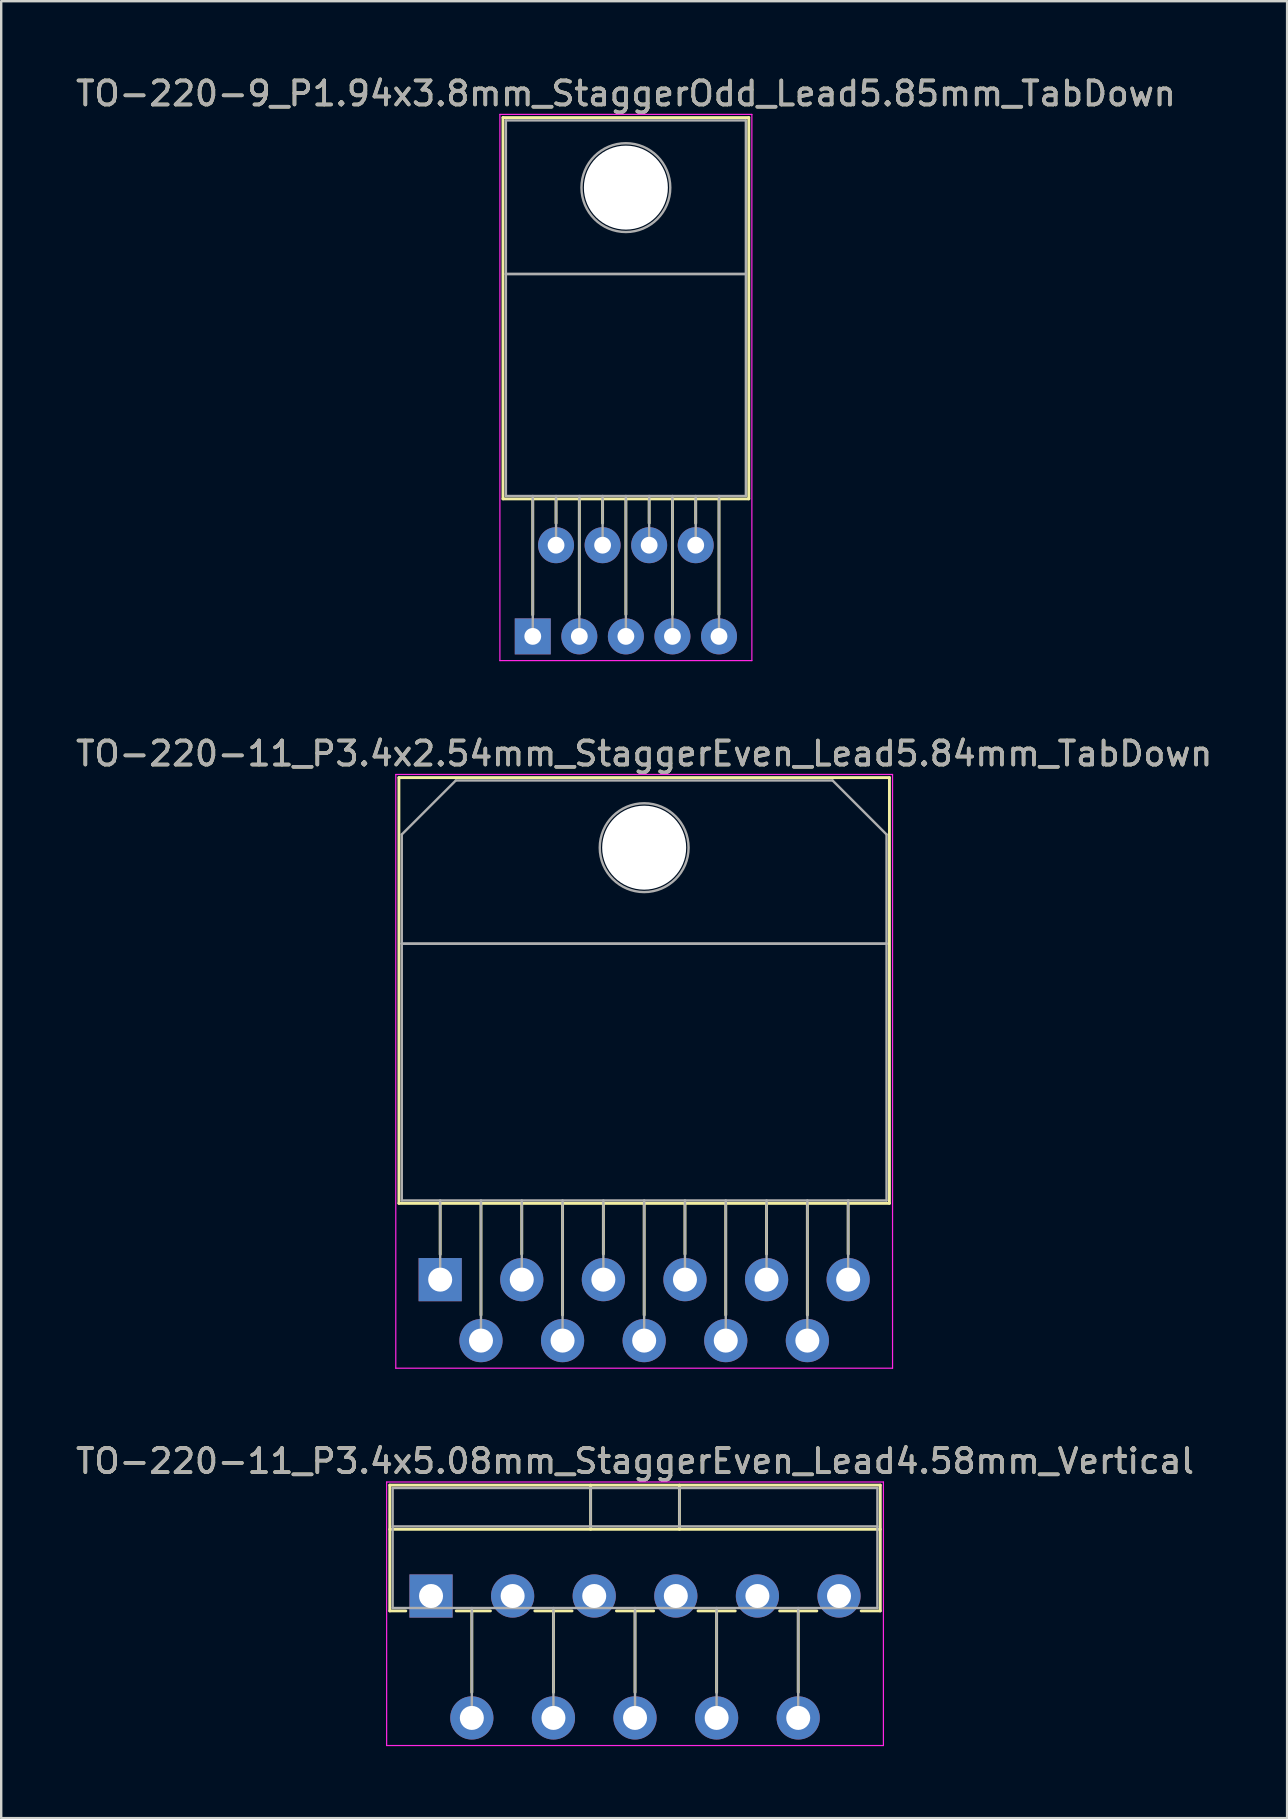
<source format=kicad_pcb>
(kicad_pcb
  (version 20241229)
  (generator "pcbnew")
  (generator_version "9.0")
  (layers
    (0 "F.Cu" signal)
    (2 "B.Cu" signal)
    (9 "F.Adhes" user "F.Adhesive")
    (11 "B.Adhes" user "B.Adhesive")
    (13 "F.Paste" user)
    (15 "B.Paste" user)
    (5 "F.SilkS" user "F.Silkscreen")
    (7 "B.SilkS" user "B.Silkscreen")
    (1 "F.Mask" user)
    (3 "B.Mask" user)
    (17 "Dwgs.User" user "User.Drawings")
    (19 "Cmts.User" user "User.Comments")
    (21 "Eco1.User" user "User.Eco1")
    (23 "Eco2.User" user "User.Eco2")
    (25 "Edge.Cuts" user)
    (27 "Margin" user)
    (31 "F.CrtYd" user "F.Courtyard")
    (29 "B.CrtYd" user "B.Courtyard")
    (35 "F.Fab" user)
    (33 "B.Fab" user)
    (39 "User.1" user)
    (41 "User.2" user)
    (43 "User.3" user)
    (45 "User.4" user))
  (footprint "TO-220-11_P3.4x5.08mm_StaggerEven_Lead4.58mm_Vertical"
    (layer "F.Cu")
    (at 14.911 63.455)
    (property "Reference" "TO-220-11_P3.4x5.08mm_StaggerEven_Lead4.58mm_Vertical" (at 8.5 -5.62 0) (layer "F.SilkS") (effects (font (size 1 1) (thickness 0.15))))
    (attr through_hole)
    (fp_line (start -1.72 -4.62) (end -1.72 0.621) (stroke (width 0.12) (type solid)) (layer "F.SilkS"))
    (fp_line (start -1.72 -4.62) (end 18.72 -4.62) (stroke (width 0.12) (type solid)) (layer "F.SilkS"))
    (fp_line (start -1.72 -2.78) (end 18.72 -2.78) (stroke (width 0.12) (type solid)) (layer "F.SilkS"))
    (fp_line (start -1.72 0.621) (end -1.05 0.621) (stroke (width 0.12) (type solid)) (layer "F.SilkS"))
    (fp_line (start 1.05 0.621) (end 2.476 0.621) (stroke (width 0.12) (type solid)) (layer "F.SilkS"))
    (fp_line (start 1.7 0.621) (end 1.7 4.015) (stroke (width 0.12) (type solid)) (layer "F.SilkS"))
    (fp_line (start 4.325 0.621) (end 5.876 0.621) (stroke (width 0.12) (type solid)) (layer "F.SilkS"))
    (fp_line (start 5.1 0.621) (end 5.1 4.015) (stroke (width 0.12) (type solid)) (layer "F.SilkS"))
    (fp_line (start 6.65 -4.62) (end 6.65 -2.78) (stroke (width 0.12) (type solid)) (layer "F.SilkS"))
    (fp_line (start 7.725 0.621) (end 9.276 0.621) (stroke (width 0.12) (type solid)) (layer "F.SilkS"))
    (fp_line (start 8.5 0.621) (end 8.5 4.015) (stroke (width 0.12) (type solid)) (layer "F.SilkS"))
    (fp_line (start 10.35 -4.62) (end 10.35 -2.78) (stroke (width 0.12) (type solid)) (layer "F.SilkS"))
    (fp_line (start 11.125 0.621) (end 12.676 0.621) (stroke (width 0.12) (type solid)) (layer "F.SilkS"))
    (fp_line (start 11.9 0.621) (end 11.9 4.015) (stroke (width 0.12) (type solid)) (layer "F.SilkS"))
    (fp_line (start 14.525 0.621) (end 16.076 0.621) (stroke (width 0.12) (type solid)) (layer "F.SilkS"))
    (fp_line (start 15.3 0.621) (end 15.3 4.015) (stroke (width 0.12) (type solid)) (layer "F.SilkS"))
    (fp_line (start 17.925 0.621) (end 18.72 0.621) (stroke (width 0.12) (type solid)) (layer "F.SilkS"))
    (fp_line (start 18.72 -4.62) (end 18.72 0.621) (stroke (width 0.12) (type solid)) (layer "F.SilkS"))
    (fp_line (start -1.85 -4.75) (end -1.85 6.23) (stroke (width 0.05) (type solid)) (layer "F.CrtYd"))
    (fp_line (start -1.85 6.23) (end 18.85 6.23) (stroke (width 0.05) (type solid)) (layer "F.CrtYd"))
    (fp_line (start 18.85 -4.75) (end -1.85 -4.75) (stroke (width 0.05) (type solid)) (layer "F.CrtYd"))
    (fp_line (start 18.85 6.23) (end 18.85 -4.75) (stroke (width 0.05) (type solid)) (layer "F.CrtYd"))
    (fp_line (start -1.6 -4.5) (end -1.6 0.5) (stroke (width 0.1) (type solid)) (layer "F.Fab"))
    (fp_line (start -1.6 -2.9) (end 18.6 -2.9) (stroke (width 0.1) (type solid)) (layer "F.Fab"))
    (fp_line (start -1.6 0.5) (end 18.6 0.5) (stroke (width 0.1) (type solid)) (layer "F.Fab"))
    (fp_line (start 1.7 0.5) (end 1.7 5.08) (stroke (width 0.1) (type solid)) (layer "F.Fab"))
    (fp_line (start 5.1 0.5) (end 5.1 5.08) (stroke (width 0.1) (type solid)) (layer "F.Fab"))
    (fp_line (start 6.65 -4.5) (end 6.65 -2.9) (stroke (width 0.1) (type solid)) (layer "F.Fab"))
    (fp_line (start 8.5 0.5) (end 8.5 5.08) (stroke (width 0.1) (type solid)) (layer "F.Fab"))
    (fp_line (start 10.35 -4.5) (end 10.35 -2.9) (stroke (width 0.1) (type solid)) (layer "F.Fab"))
    (fp_line (start 11.9 0.5) (end 11.9 5.08) (stroke (width 0.1) (type solid)) (layer "F.Fab"))
    (fp_line (start 15.3 0.5) (end 15.3 5.08) (stroke (width 0.1) (type solid)) (layer "F.Fab"))
    (fp_line (start 18.6 -4.5) (end -1.6 -4.5) (stroke (width 0.1) (type solid)) (layer "F.Fab"))
    (fp_line (start 18.6 0.5) (end 18.6 -4.5) (stroke (width 0.1) (type solid)) (layer "F.Fab"))
    (fp_text user "${REFERENCE}" (at 8.5 -5.62 0) (layer "F.Fab") (effects (font (size 1 1) (thickness 0.15))))
    (pad "1" thru_hole rect (at 0 0) (size 1.8 1.8) (drill 1) (layers "*.Cu" "*.Mask"))
    (pad "2" thru_hole oval (at 1.7 5.08) (size 1.8 1.8) (drill 1) (layers "*.Cu" "*.Mask"))
    (pad "3" thru_hole oval (at 3.4 0) (size 1.8 1.8) (drill 1) (layers "*.Cu" "*.Mask"))
    (pad "4" thru_hole oval (at 5.1 5.08) (size 1.8 1.8) (drill 1) (layers "*.Cu" "*.Mask"))
    (pad "5" thru_hole oval (at 6.8 0) (size 1.8 1.8) (drill 1) (layers "*.Cu" "*.Mask"))
    (pad "6" thru_hole oval (at 8.5 5.08) (size 1.8 1.8) (drill 1) (layers "*.Cu" "*.Mask"))
    (pad "7" thru_hole oval (at 10.2 0) (size 1.8 1.8) (drill 1) (layers "*.Cu" "*.Mask"))
    (pad "8" thru_hole oval (at 11.9 5.08) (size 1.8 1.8) (drill 1) (layers "*.Cu" "*.Mask"))
    (pad "9" thru_hole oval (at 13.6 0) (size 1.8 1.8) (drill 1) (layers "*.Cu" "*.Mask"))
    (pad "10" thru_hole oval (at 15.3 5.08) (size 1.8 1.8) (drill 1) (layers "*.Cu" "*.Mask"))
    (pad "11" thru_hole oval (at 17 0) (size 1.8 1.8) (drill 1) (layers "*.Cu" "*.Mask")))
  (footprint "TO-220-9_P1.94x3.8mm_StaggerOdd_Lead5.85mm_TabDown"
    (layer "F.Cu")
    (at 19.15 23.468)
    (property "Reference" "TO-220-9_P1.94x3.8mm_StaggerOdd_Lead5.85mm_TabDown" (at 3.88 -22.62 0) (layer "F.SilkS") (effects (font (size 1 1) (thickness 0.15))))
    (attr through_hole)
    (fp_line (start -1.241 -21.62) (end -1.241 -5.73) (stroke (width 0.12) (type solid)) (layer "F.SilkS"))
    (fp_line (start -1.241 -21.62) (end 9 -21.62) (stroke (width 0.12) (type solid)) (layer "F.SilkS"))
    (fp_line (start -1.241 -5.73) (end 9 -5.73) (stroke (width 0.12) (type solid)) (layer "F.SilkS"))
    (fp_line (start 0 -5.73) (end 0 -0.9) (stroke (width 0.12) (type solid)) (layer "F.SilkS"))
    (fp_line (start 0.97 -5.73) (end 0.97 -4.716) (stroke (width 0.12) (type solid)) (layer "F.SilkS"))
    (fp_line (start 1.94 -5.73) (end 1.94 -0.915) (stroke (width 0.12) (type solid)) (layer "F.SilkS"))
    (fp_line (start 2.91 -5.73) (end 2.91 -4.716) (stroke (width 0.12) (type solid)) (layer "F.SilkS"))
    (fp_line (start 3.88 -5.73) (end 3.88 -0.915) (stroke (width 0.12) (type solid)) (layer "F.SilkS"))
    (fp_line (start 4.85 -5.73) (end 4.85 -4.716) (stroke (width 0.12) (type solid)) (layer "F.SilkS"))
    (fp_line (start 5.82 -5.73) (end 5.82 -0.915) (stroke (width 0.12) (type solid)) (layer "F.SilkS"))
    (fp_line (start 6.79 -5.73) (end 6.79 -4.716) (stroke (width 0.12) (type solid)) (layer "F.SilkS"))
    (fp_line (start 7.76 -5.73) (end 7.76 -0.915) (stroke (width 0.12) (type solid)) (layer "F.SilkS"))
    (fp_line (start 9 -21.62) (end 9 -5.73) (stroke (width 0.12) (type solid)) (layer "F.SilkS"))
    (fp_line (start -1.37 -21.75) (end -1.37 1.01) (stroke (width 0.05) (type solid)) (layer "F.CrtYd"))
    (fp_line (start -1.37 1.01) (end 9.13 1.01) (stroke (width 0.05) (type solid)) (layer "F.CrtYd"))
    (fp_line (start 9.13 -21.75) (end -1.37 -21.75) (stroke (width 0.05) (type solid)) (layer "F.CrtYd"))
    (fp_line (start 9.13 1.01) (end 9.13 -21.75) (stroke (width 0.05) (type solid)) (layer "F.CrtYd"))
    (fp_line (start -1.12 -21.5) (end 8.88 -21.5) (stroke (width 0.1) (type solid)) (layer "F.Fab"))
    (fp_line (start -1.12 -15.1) (end -1.12 -21.5) (stroke (width 0.1) (type solid)) (layer "F.Fab"))
    (fp_line (start -1.12 -15.1) (end 8.88 -15.1) (stroke (width 0.1) (type solid)) (layer "F.Fab"))
    (fp_line (start -1.12 -5.85) (end -1.12 -15.1) (stroke (width 0.1) (type solid)) (layer "F.Fab"))
    (fp_line (start 0 -5.85) (end 0 0) (stroke (width 0.1) (type solid)) (layer "F.Fab"))
    (fp_line (start 0.97 -5.85) (end 0.97 -3.8) (stroke (width 0.1) (type solid)) (layer "F.Fab"))
    (fp_line (start 1.94 -5.85) (end 1.94 0) (stroke (width 0.1) (type solid)) (layer "F.Fab"))
    (fp_line (start 2.91 -5.85) (end 2.91 -3.8) (stroke (width 0.1) (type solid)) (layer "F.Fab"))
    (fp_line (start 3.88 -5.85) (end 3.88 0) (stroke (width 0.1) (type solid)) (layer "F.Fab"))
    (fp_line (start 4.85 -5.85) (end 4.85 -3.8) (stroke (width 0.1) (type solid)) (layer "F.Fab"))
    (fp_line (start 5.82 -5.85) (end 5.82 0) (stroke (width 0.1) (type solid)) (layer "F.Fab"))
    (fp_line (start 6.79 -5.85) (end 6.79 -3.8) (stroke (width 0.1) (type solid)) (layer "F.Fab"))
    (fp_line (start 7.76 -5.85) (end 7.76 0) (stroke (width 0.1) (type solid)) (layer "F.Fab"))
    (fp_line (start 8.88 -21.5) (end 8.88 -15.1) (stroke (width 0.1) (type solid)) (layer "F.Fab"))
    (fp_line (start 8.88 -15.1) (end -1.12 -15.1) (stroke (width 0.1) (type solid)) (layer "F.Fab"))
    (fp_line (start 8.88 -15.1) (end 8.88 -5.85) (stroke (width 0.1) (type solid)) (layer "F.Fab"))
    (fp_line (start 8.88 -5.85) (end -1.12 -5.85) (stroke (width 0.1) (type solid)) (layer "F.Fab"))
    (fp_circle (center 3.88 -18.7) (end 5.73 -18.7) (stroke (width 0.1) (type solid)) (fill no) (layer "F.Fab"))
    (fp_text user "${REFERENCE}" (at 3.88 -22.62 0) (layer "F.Fab") (effects (font (size 1 1) (thickness 0.15))))
    (pad "" np_thru_hole oval (at 3.88 -18.7) (size 3.5 3.5) (drill 3.5) (layers "*.Cu" "*.Mask"))
    (pad "1" thru_hole rect (at 0 0) (size 1.5 1.5) (drill 0.7) (layers "*.Cu" "*.Mask"))
    (pad "2" thru_hole oval (at 0.97 -3.8) (size 1.5 1.5) (drill 0.7) (layers "*.Cu" "*.Mask"))
    (pad "3" thru_hole oval (at 1.94 0) (size 1.5 1.5) (drill 0.7) (layers "*.Cu" "*.Mask"))
    (pad "4" thru_hole oval (at 2.91 -3.8) (size 1.5 1.5) (drill 0.7) (layers "*.Cu" "*.Mask"))
    (pad "5" thru_hole oval (at 3.88 0) (size 1.5 1.5) (drill 0.7) (layers "*.Cu" "*.Mask"))
    (pad "6" thru_hole oval (at 4.85 -3.8) (size 1.5 1.5) (drill 0.7) (layers "*.Cu" "*.Mask"))
    (pad "7" thru_hole oval (at 5.82 0) (size 1.5 1.5) (drill 0.7) (layers "*.Cu" "*.Mask"))
    (pad "8" thru_hole oval (at 6.79 -3.8) (size 1.5 1.5) (drill 0.7) (layers "*.Cu" "*.Mask"))
    (pad "9" thru_hole oval (at 7.76 0) (size 1.5 1.5) (drill 0.7) (layers "*.Cu" "*.Mask")))
  (footprint "TO-220-11_P3.4x2.54mm_StaggerEven_Lead5.84mm_TabDown"
    (layer "F.Cu")
    (at 15.292 50.272)
    (property "Reference" "TO-220-11_P3.4x2.54mm_StaggerEven_Lead5.84mm_TabDown" (at 8.5 -21.92 0) (layer "F.SilkS") (effects (font (size 1 1) (thickness 0.15))))
    (attr through_hole)
    (fp_line (start -1.72 -20.92) (end -1.72 -3.18) (stroke (width 0.12) (type solid)) (layer "F.SilkS"))
    (fp_line (start -1.72 -20.92) (end 18.72 -20.92) (stroke (width 0.12) (type solid)) (layer "F.SilkS"))
    (fp_line (start -1.72 -3.18) (end 18.72 -3.18) (stroke (width 0.12) (type solid)) (layer "F.SilkS"))
    (fp_line (start 0 -3.18) (end 0 -1.05) (stroke (width 0.12) (type solid)) (layer "F.SilkS"))
    (fp_line (start 1.7 -3.18) (end 1.7 1.475) (stroke (width 0.12) (type solid)) (layer "F.SilkS"))
    (fp_line (start 3.4 -3.18) (end 3.4 -1.066) (stroke (width 0.12) (type solid)) (layer "F.SilkS"))
    (fp_line (start 5.1 -3.18) (end 5.1 1.475) (stroke (width 0.12) (type solid)) (layer "F.SilkS"))
    (fp_line (start 6.8 -3.18) (end 6.8 -1.066) (stroke (width 0.12) (type solid)) (layer "F.SilkS"))
    (fp_line (start 8.5 -3.18) (end 8.5 1.475) (stroke (width 0.12) (type solid)) (layer "F.SilkS"))
    (fp_line (start 10.2 -3.18) (end 10.2 -1.066) (stroke (width 0.12) (type solid)) (layer "F.SilkS"))
    (fp_line (start 11.9 -3.18) (end 11.9 1.475) (stroke (width 0.12) (type solid)) (layer "F.SilkS"))
    (fp_line (start 13.6 -3.18) (end 13.6 -1.066) (stroke (width 0.12) (type solid)) (layer "F.SilkS"))
    (fp_line (start 15.3 -3.18) (end 15.3 1.475) (stroke (width 0.12) (type solid)) (layer "F.SilkS"))
    (fp_line (start 17 -3.18) (end 17 -1.066) (stroke (width 0.12) (type solid)) (layer "F.SilkS"))
    (fp_line (start 18.72 -20.92) (end 18.72 -3.18) (stroke (width 0.12) (type solid)) (layer "F.SilkS"))
    (fp_line (start -1.85 -21.05) (end -1.85 3.69) (stroke (width 0.05) (type solid)) (layer "F.CrtYd"))
    (fp_line (start -1.85 3.69) (end 18.85 3.69) (stroke (width 0.05) (type solid)) (layer "F.CrtYd"))
    (fp_line (start 18.85 -21.05) (end -1.85 -21.05) (stroke (width 0.05) (type solid)) (layer "F.CrtYd"))
    (fp_line (start 18.85 3.69) (end 18.85 -21.05) (stroke (width 0.05) (type solid)) (layer "F.CrtYd"))
    (fp_line (start -1.6 -18.55) (end 0.651 -20.8) (stroke (width 0.1) (type solid)) (layer "F.Fab"))
    (fp_line (start -1.6 -14) (end -1.6 -18.55) (stroke (width 0.1) (type solid)) (layer "F.Fab"))
    (fp_line (start -1.6 -14) (end 18.6 -14) (stroke (width 0.1) (type solid)) (layer "F.Fab"))
    (fp_line (start -1.6 -3.3) (end -1.6 -14) (stroke (width 0.1) (type solid)) (layer "F.Fab"))
    (fp_line (start 0 -3.3) (end 0 0) (stroke (width 0.1) (type solid)) (layer "F.Fab"))
    (fp_line (start 0.651 -20.8) (end 16.351 -20.8) (stroke (width 0.1) (type solid)) (layer "F.Fab"))
    (fp_line (start 1.7 -3.3) (end 1.7 2.54) (stroke (width 0.1) (type solid)) (layer "F.Fab"))
    (fp_line (start 3.4 -3.3) (end 3.4 0) (stroke (width 0.1) (type solid)) (layer "F.Fab"))
    (fp_line (start 5.1 -3.3) (end 5.1 2.54) (stroke (width 0.1) (type solid)) (layer "F.Fab"))
    (fp_line (start 6.8 -3.3) (end 6.8 0) (stroke (width 0.1) (type solid)) (layer "F.Fab"))
    (fp_line (start 8.5 -3.3) (end 8.5 2.54) (stroke (width 0.1) (type solid)) (layer "F.Fab"))
    (fp_line (start 10.2 -3.3) (end 10.2 0) (stroke (width 0.1) (type solid)) (layer "F.Fab"))
    (fp_line (start 11.9 -3.3) (end 11.9 2.54) (stroke (width 0.1) (type solid)) (layer "F.Fab"))
    (fp_line (start 13.6 -3.3) (end 13.6 0) (stroke (width 0.1) (type solid)) (layer "F.Fab"))
    (fp_line (start 15.3 -3.3) (end 15.3 2.54) (stroke (width 0.1) (type solid)) (layer "F.Fab"))
    (fp_line (start 16.351 -20.8) (end 18.6 -18.55) (stroke (width 0.1) (type solid)) (layer "F.Fab"))
    (fp_line (start 17 -3.3) (end 17 0) (stroke (width 0.1) (type solid)) (layer "F.Fab"))
    (fp_line (start 18.6 -18.55) (end 18.6 -14) (stroke (width 0.1) (type solid)) (layer "F.Fab"))
    (fp_line (start 18.6 -14) (end -1.6 -14) (stroke (width 0.1) (type solid)) (layer "F.Fab"))
    (fp_line (start 18.6 -14) (end 18.6 -3.3) (stroke (width 0.1) (type solid)) (layer "F.Fab"))
    (fp_line (start 18.6 -3.3) (end -1.6 -3.3) (stroke (width 0.1) (type solid)) (layer "F.Fab"))
    (fp_circle (center 8.5 -18) (end 10.35 -18) (stroke (width 0.1) (type solid)) (fill no) (layer "F.Fab"))
    (fp_text user "${REFERENCE}" (at 8.5 -21.92 0) (layer "F.Fab") (effects (font (size 1 1) (thickness 0.15))))
    (pad "" np_thru_hole oval (at 8.5 -18) (size 3.5 3.5) (drill 3.5) (layers "*.Cu" "*.Mask"))
    (pad "1" thru_hole rect (at 0 0) (size 1.8 1.8) (drill 1) (layers "*.Cu" "*.Mask"))
    (pad "2" thru_hole oval (at 1.7 2.54) (size 1.8 1.8) (drill 1) (layers "*.Cu" "*.Mask"))
    (pad "3" thru_hole oval (at 3.4 0) (size 1.8 1.8) (drill 1) (layers "*.Cu" "*.Mask"))
    (pad "4" thru_hole oval (at 5.1 2.54) (size 1.8 1.8) (drill 1) (layers "*.Cu" "*.Mask"))
    (pad "5" thru_hole oval (at 6.8 0) (size 1.8 1.8) (drill 1) (layers "*.Cu" "*.Mask"))
    (pad "6" thru_hole oval (at 8.5 2.54) (size 1.8 1.8) (drill 1) (layers "*.Cu" "*.Mask"))
    (pad "7" thru_hole oval (at 10.2 0) (size 1.8 1.8) (drill 1) (layers "*.Cu" "*.Mask"))
    (pad "8" thru_hole oval (at 11.9 2.54) (size 1.8 1.8) (drill 1) (layers "*.Cu" "*.Mask"))
    (pad "9" thru_hole oval (at 13.6 0) (size 1.8 1.8) (drill 1) (layers "*.Cu" "*.Mask"))
    (pad "10" thru_hole oval (at 15.3 2.54) (size 1.8 1.8) (drill 1) (layers "*.Cu" "*.Mask"))
    (pad "11" thru_hole oval (at 17 0) (size 1.8 1.8) (drill 1) (layers "*.Cu" "*.Mask")))
  (gr_rect
    (start -3 -3)
    (end 50.583 72.71)
    (stroke (width 0.1) (type default))
    (fill no)
    (layer "Edge.Cuts")))
</source>
